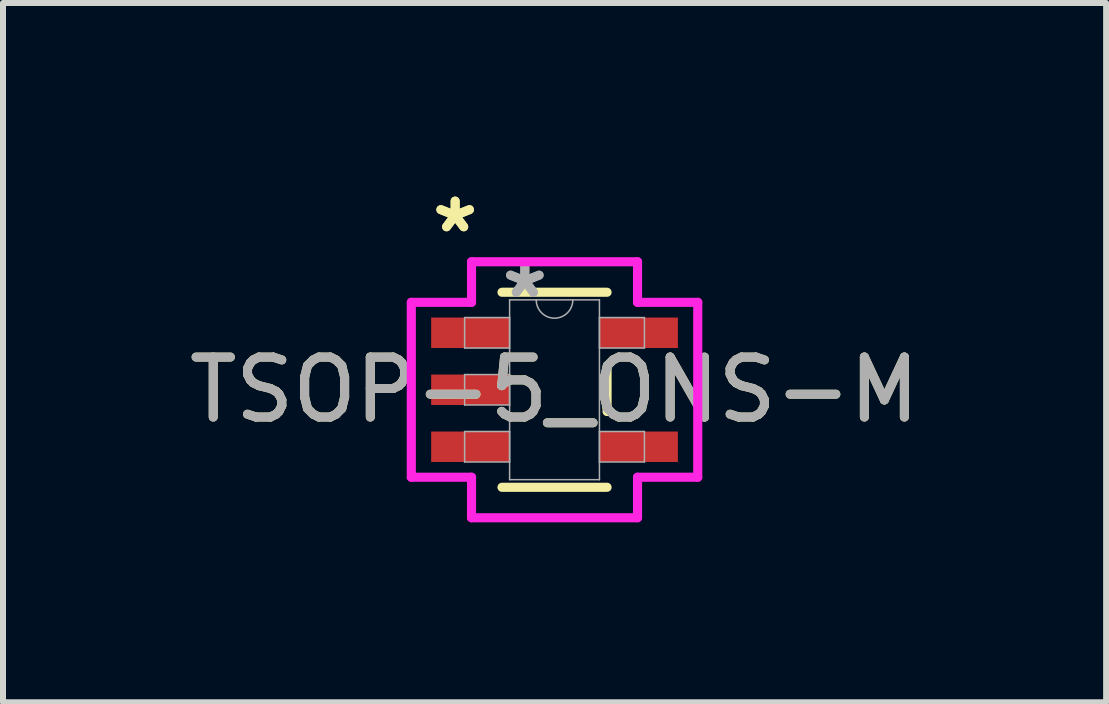
<source format=kicad_pcb>
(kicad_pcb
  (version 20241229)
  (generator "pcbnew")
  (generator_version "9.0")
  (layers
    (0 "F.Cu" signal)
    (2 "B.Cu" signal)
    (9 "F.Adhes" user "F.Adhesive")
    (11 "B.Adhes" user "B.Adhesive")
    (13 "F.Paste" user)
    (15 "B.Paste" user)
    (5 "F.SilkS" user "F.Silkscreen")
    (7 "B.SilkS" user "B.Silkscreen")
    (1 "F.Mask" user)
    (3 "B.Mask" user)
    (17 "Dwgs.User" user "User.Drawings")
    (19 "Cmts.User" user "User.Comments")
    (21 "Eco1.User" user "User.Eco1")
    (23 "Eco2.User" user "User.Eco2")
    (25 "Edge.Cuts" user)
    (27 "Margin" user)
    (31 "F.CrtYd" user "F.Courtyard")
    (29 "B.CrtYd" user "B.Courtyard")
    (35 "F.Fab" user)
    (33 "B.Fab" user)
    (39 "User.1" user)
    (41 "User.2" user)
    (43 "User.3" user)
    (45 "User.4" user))
  (footprint "TSOP-5_ONS-M"
    (layer "F.Cu")
    (at 6.196 3.449)
    (property "Reference" "TSOP-5_ONS-M" (at 0 0 0) (unlocked yes) (layer "F.SilkS") (effects (font (size 1 1) (thickness 0.15))))
    (attr smd)
    (fp_line (start -0.876 1.626) (end 0.876 1.626) (stroke (width 0.152) (type solid)) (layer "F.SilkS"))
    (fp_line (start 0.876 -1.626) (end -0.876 -1.626) (stroke (width 0.152) (type solid)) (layer "F.SilkS"))
    (fp_line (start 0.876 0.363) (end 0.876 -0.363) (stroke (width 0.152) (type solid)) (layer "F.SilkS"))
    (fp_line (start -2.388 -1.458) (end -1.384 -1.458) (stroke (width 0.152) (type solid)) (layer "F.CrtYd"))
    (fp_line (start -2.388 1.458) (end -2.388 -1.458) (stroke (width 0.152) (type solid)) (layer "F.CrtYd"))
    (fp_line (start -1.384 -2.134) (end 1.384 -2.134) (stroke (width 0.152) (type solid)) (layer "F.CrtYd"))
    (fp_line (start -1.384 -1.458) (end -1.384 -2.134) (stroke (width 0.152) (type solid)) (layer "F.CrtYd"))
    (fp_line (start -1.384 1.458) (end -2.388 1.458) (stroke (width 0.152) (type solid)) (layer "F.CrtYd"))
    (fp_line (start -1.384 2.134) (end -1.384 1.458) (stroke (width 0.152) (type solid)) (layer "F.CrtYd"))
    (fp_line (start 1.384 -2.134) (end 1.384 -1.458) (stroke (width 0.152) (type solid)) (layer "F.CrtYd"))
    (fp_line (start 1.384 -1.458) (end 2.388 -1.458) (stroke (width 0.152) (type solid)) (layer "F.CrtYd"))
    (fp_line (start 1.384 1.458) (end 1.384 2.134) (stroke (width 0.152) (type solid)) (layer "F.CrtYd"))
    (fp_line (start 1.384 2.134) (end -1.384 2.134) (stroke (width 0.152) (type solid)) (layer "F.CrtYd"))
    (fp_line (start 2.388 -1.458) (end 2.388 1.458) (stroke (width 0.152) (type solid)) (layer "F.CrtYd"))
    (fp_line (start 2.388 1.458) (end 1.384 1.458) (stroke (width 0.152) (type solid)) (layer "F.CrtYd"))
    (fp_line (start -1.499 -1.204) (end -1.499 -0.696) (stroke (width 0.025) (type solid)) (layer "F.Fab"))
    (fp_line (start -1.499 -0.696) (end -0.749 -0.696) (stroke (width 0.025) (type solid)) (layer "F.Fab"))
    (fp_line (start -1.499 -0.254) (end -1.499 0.254) (stroke (width 0.025) (type solid)) (layer "F.Fab"))
    (fp_line (start -1.499 0.254) (end -0.749 0.254) (stroke (width 0.025) (type solid)) (layer "F.Fab"))
    (fp_line (start -1.499 0.696) (end -1.499 1.204) (stroke (width 0.025) (type solid)) (layer "F.Fab"))
    (fp_line (start -1.499 1.204) (end -0.749 1.204) (stroke (width 0.025) (type solid)) (layer "F.Fab"))
    (fp_line (start -0.749 -1.499) (end -0.749 1.499) (stroke (width 0.025) (type solid)) (layer "F.Fab"))
    (fp_line (start -0.749 -1.204) (end -1.499 -1.204) (stroke (width 0.025) (type solid)) (layer "F.Fab"))
    (fp_line (start -0.749 -0.696) (end -0.749 -1.204) (stroke (width 0.025) (type solid)) (layer "F.Fab"))
    (fp_line (start -0.749 -0.254) (end -1.499 -0.254) (stroke (width 0.025) (type solid)) (layer "F.Fab"))
    (fp_line (start -0.749 0.254) (end -0.749 -0.254) (stroke (width 0.025) (type solid)) (layer "F.Fab"))
    (fp_line (start -0.749 0.696) (end -1.499 0.696) (stroke (width 0.025) (type solid)) (layer "F.Fab"))
    (fp_line (start -0.749 1.204) (end -0.749 0.696) (stroke (width 0.025) (type solid)) (layer "F.Fab"))
    (fp_line (start -0.749 1.499) (end 0.749 1.499) (stroke (width 0.025) (type solid)) (layer "F.Fab"))
    (fp_line (start 0.749 -1.499) (end -0.749 -1.499) (stroke (width 0.025) (type solid)) (layer "F.Fab"))
    (fp_line (start 0.749 -1.204) (end 0.749 -0.696) (stroke (width 0.025) (type solid)) (layer "F.Fab"))
    (fp_line (start 0.749 -0.696) (end 1.499 -0.696) (stroke (width 0.025) (type solid)) (layer "F.Fab"))
    (fp_line (start 0.749 0.696) (end 0.749 1.204) (stroke (width 0.025) (type solid)) (layer "F.Fab"))
    (fp_line (start 0.749 1.204) (end 1.499 1.204) (stroke (width 0.025) (type solid)) (layer "F.Fab"))
    (fp_line (start 0.749 1.499) (end 0.749 -1.499) (stroke (width 0.025) (type solid)) (layer "F.Fab"))
    (fp_line (start 1.499 -1.204) (end 0.749 -1.204) (stroke (width 0.025) (type solid)) (layer "F.Fab"))
    (fp_line (start 1.499 -0.696) (end 1.499 -1.204) (stroke (width 0.025) (type solid)) (layer "F.Fab"))
    (fp_line (start 1.499 0.696) (end 0.749 0.696) (stroke (width 0.025) (type solid)) (layer "F.Fab"))
    (fp_line (start 1.499 1.204) (end 1.499 0.696) (stroke (width 0.025) (type solid)) (layer "F.Fab"))
    (fp_arc (start 0.3048 -1.4986) (mid 0 -1.1938) (end -0.3048 -1.4986) (stroke (width 0.0254) (type solid)) (layer "F.Fab"))
    (fp_text user "*" (at -1.657 -2.601 0) (unlocked yes) (layer "F.SilkS") (effects (font (size 1 1) (thickness 0.15))))
    (fp_text user "*" (at -1.657 -2.601 0) (layer "F.SilkS") (effects (font (size 1 1) (thickness 0.15))))
    (fp_text user "${REFERENCE}" (at 0 0 0) (unlocked yes) (layer "F.Fab") (effects (font (size 1 1) (thickness 0.15))))
    (fp_text user "*" (at -0.495 -1.509 0) (unlocked yes) (layer "F.Fab") (effects (font (size 1 1) (thickness 0.15))))
    (fp_text user "*" (at -0.495 -1.509 0) (layer "F.Fab") (effects (font (size 1 1) (thickness 0.15))))
    (pad "1" smd rect (at -1.403 -0.95) (size 1.308 0.508) (layers "F.Cu" "F.Mask" "F.Paste"))
    (pad "2" smd rect (at -1.403 0) (size 1.308 0.508) (layers "F.Cu" "F.Mask" "F.Paste"))
    (pad "3" smd rect (at -1.403 0.95) (size 1.308 0.508) (layers "F.Cu" "F.Mask" "F.Paste"))
    (pad "4" smd rect (at 1.403 0.95) (size 1.308 0.508) (layers "F.Cu" "F.Mask" "F.Paste"))
    (pad "5" smd rect (at 1.403 -0.95) (size 1.308 0.508) (layers "F.Cu" "F.Mask" "F.Paste")))
  (gr_rect
    (start -3 -3)
    (end 15.393 8.659)
    (stroke (width 0.1) (type default))
    (fill no)
    (layer "Edge.Cuts")))
</source>
